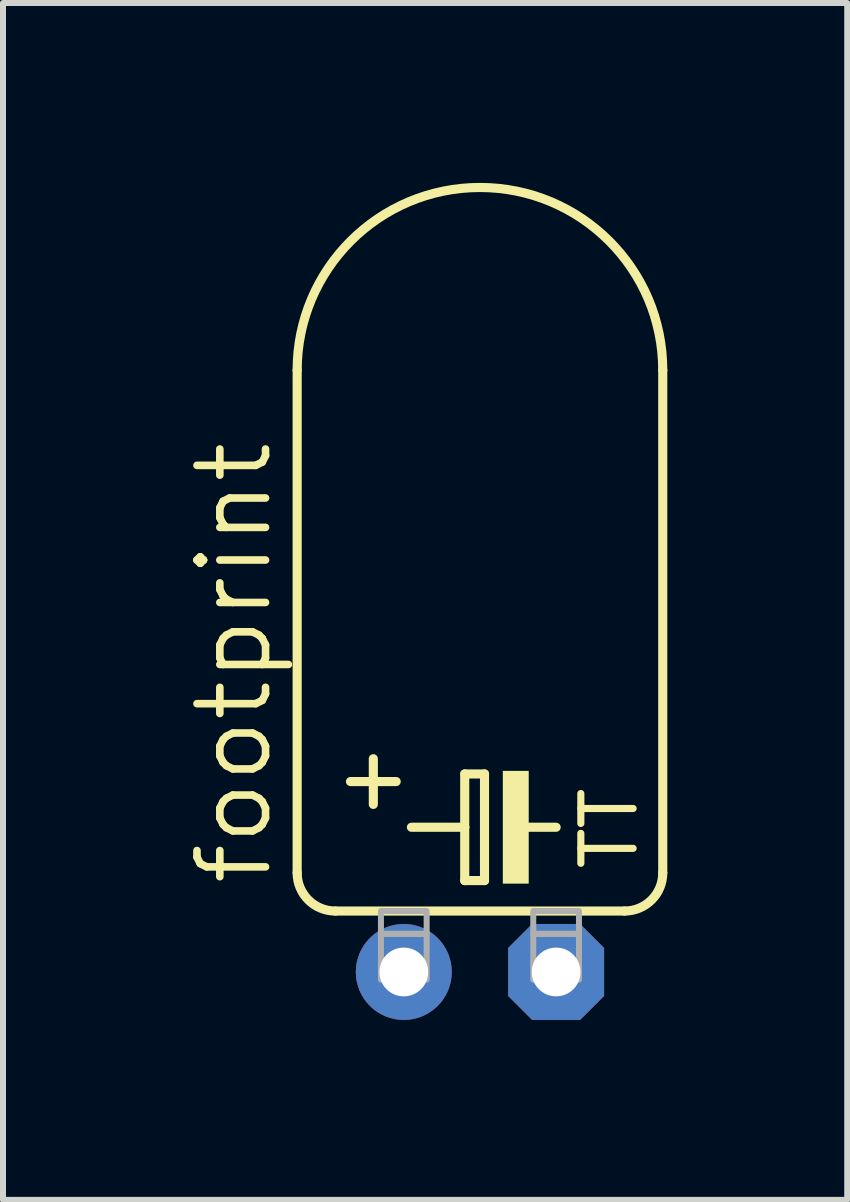
<source format=kicad_pcb>
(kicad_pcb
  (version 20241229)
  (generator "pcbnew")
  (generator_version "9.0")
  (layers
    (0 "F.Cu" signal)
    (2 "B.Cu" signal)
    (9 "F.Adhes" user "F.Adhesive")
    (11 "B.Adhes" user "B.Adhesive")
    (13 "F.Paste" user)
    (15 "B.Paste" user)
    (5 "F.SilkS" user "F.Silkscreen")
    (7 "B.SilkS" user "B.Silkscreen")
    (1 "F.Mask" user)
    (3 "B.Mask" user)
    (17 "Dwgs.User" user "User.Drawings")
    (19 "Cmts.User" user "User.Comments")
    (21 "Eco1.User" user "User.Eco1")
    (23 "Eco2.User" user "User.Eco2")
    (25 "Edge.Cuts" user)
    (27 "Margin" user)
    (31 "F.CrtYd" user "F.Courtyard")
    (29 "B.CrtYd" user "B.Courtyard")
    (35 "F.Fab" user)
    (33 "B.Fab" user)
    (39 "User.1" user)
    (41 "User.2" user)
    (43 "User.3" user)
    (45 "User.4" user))
  (footprint "footprint"
    (layer "F.Cu")
    (at 4.953 13.157)
    (property "Reference" "footprint" (at -3.429 -1.397 90) (layer "F.SilkS") (effects (font (size 1.143 1.143) (thickness 0.127)) (justify left bottom)))
    (fp_line (start -3.048 -10.033) (end -3.048 -1.651) (stroke (width 0.152) (type solid)) (layer "F.SilkS"))
    (fp_line (start -2.413 -1.016) (end 2.413 -1.016) (stroke (width 0.152) (type solid)) (layer "F.SilkS"))
    (fp_line (start -2.159 -3.175) (end -1.397 -3.175) (stroke (width 0.152) (type solid)) (layer "F.SilkS"))
    (fp_line (start -1.778 -2.794) (end -1.778 -3.556) (stroke (width 0.152) (type solid)) (layer "F.SilkS"))
    (fp_line (start -1.143 -2.413) (end -0.254 -2.413) (stroke (width 0.152) (type solid)) (layer "F.SilkS"))
    (fp_line (start -0.254 -3.302) (end -0.254 -2.413) (stroke (width 0.152) (type solid)) (layer "F.SilkS"))
    (fp_line (start -0.254 -2.413) (end -0.254 -1.524) (stroke (width 0.152) (type solid)) (layer "F.SilkS"))
    (fp_line (start -0.254 -1.524) (end 0.076 -1.524) (stroke (width 0.152) (type solid)) (layer "F.SilkS"))
    (fp_line (start 0.076 -3.302) (end -0.254 -3.302) (stroke (width 0.152) (type solid)) (layer "F.SilkS"))
    (fp_line (start 0.076 -1.524) (end 0.076 -3.302) (stroke (width 0.152) (type solid)) (layer "F.SilkS"))
    (fp_line (start 0.762 -2.413) (end 1.27 -2.413) (stroke (width 0.152) (type solid)) (layer "F.SilkS"))
    (fp_line (start 3.048 -10.033) (end 3.048 -1.651) (stroke (width 0.152) (type solid)) (layer "F.SilkS"))
    (fp_arc (start -3.048 -10.033) (mid 0 -13.081) (end 3.048 -10.033) (stroke (width 0.1524) (type solid)) (layer "F.SilkS"))
    (fp_arc (start -2.413 -1.016) (mid -2.862013 -1.201987) (end -3.048 -1.651) (stroke (width 0.1524) (type solid)) (layer "F.SilkS"))
    (fp_arc (start 3.048 -1.651) (mid 2.862013 -1.201987) (end 2.413 -1.016) (stroke (width 0.1524) (type solid)) (layer "F.SilkS"))
    (fp_poly (pts (xy 0.381 -1.473) (xy 0.813 -1.473) (xy 0.813 -3.353) (xy 0.381 -3.353)) (stroke (width 0) (type solid)) (fill yes) (layer "F.SilkS"))
    (fp_poly (pts (xy -1.651 -0.635) (xy -0.889 -0.635) (xy -0.889 -1.016) (xy -1.651 -1.016)) (stroke (width 0.1) (type solid)) (fill no) (layer "F.Fab"))
    (fp_poly (pts (xy -1.651 0.127) (xy -0.889 0.127) (xy -0.889 -0.635) (xy -1.651 -0.635)) (stroke (width 0.1) (type solid)) (fill no) (layer "F.Fab"))
    (fp_poly (pts (xy 0.889 -0.635) (xy 1.651 -0.635) (xy 1.651 -1.016) (xy 0.889 -1.016)) (stroke (width 0.1) (type solid)) (fill no) (layer "F.Fab"))
    (fp_poly (pts (xy 0.889 0.127) (xy 1.651 0.127) (xy 1.651 -0.635) (xy 0.889 -0.635)) (stroke (width 0.1) (type solid)) (fill no) (layer "F.Fab"))
    (fp_text user "TT" (at 2.667 -1.651 90) (layer "F.SilkS") (effects (font (size 0.872 0.872) (thickness 0.119)) (justify left bottom)))
    (pad "+" thru_hole circle (at -1.27 0) (size 1.6 1.6) (drill 0.813) (layers "*.Cu" "*.Mask"))
    (pad "-" thru_hole roundrect (at 1.27 0) (size 1.6 1.6) (drill 0.813) (layers "*.Cu" "*.Mask") (roundrect_rratio 0.25) (chamfer_ratio 0.25) (chamfer top_left top_right bottom_left bottom_right)))
  (gr_rect
    (start -3 -3)
    (end 11.077 16.957)
    (stroke (width 0.1) (type default))
    (fill no)
    (layer "Edge.Cuts")))
</source>
